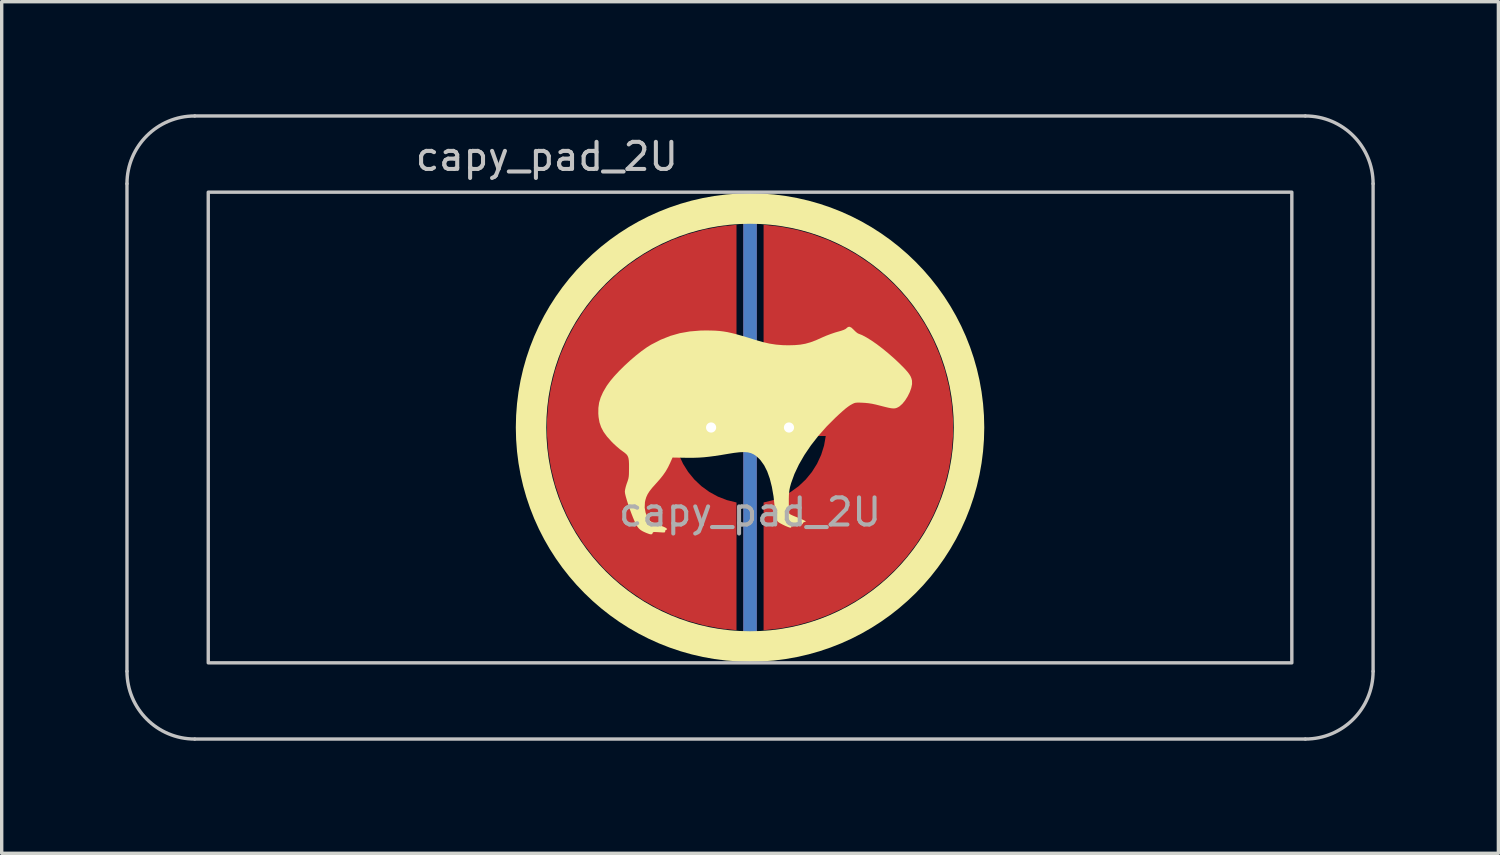
<source format=kicad_pcb>
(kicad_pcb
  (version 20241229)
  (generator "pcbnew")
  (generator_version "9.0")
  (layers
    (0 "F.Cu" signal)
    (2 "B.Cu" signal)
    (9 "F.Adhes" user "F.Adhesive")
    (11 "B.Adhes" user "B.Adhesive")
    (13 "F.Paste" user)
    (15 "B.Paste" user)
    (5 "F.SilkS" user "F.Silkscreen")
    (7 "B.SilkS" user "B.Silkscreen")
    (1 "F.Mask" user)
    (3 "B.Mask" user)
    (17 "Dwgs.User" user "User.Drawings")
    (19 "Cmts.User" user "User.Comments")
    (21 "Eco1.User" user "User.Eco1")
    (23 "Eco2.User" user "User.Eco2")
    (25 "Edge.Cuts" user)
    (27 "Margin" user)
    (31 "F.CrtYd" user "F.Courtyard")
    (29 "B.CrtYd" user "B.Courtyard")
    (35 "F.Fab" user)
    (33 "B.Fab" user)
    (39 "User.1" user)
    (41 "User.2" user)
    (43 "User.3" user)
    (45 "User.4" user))
  (footprint "capy_pad_2U"
    (layer "F.Cu")
    (at 19.1 9.575)
    (property "Reference" "capy_pad_2U" (at -6 -8 0) (layer "Dwgs.User") (effects (font (size 0.8 0.8) (thickness 0.12))))
    (attr exclude_from_pos_files exclude_from_bom)
    (fp_circle (center 0 0) (end -6.467 0) (stroke (width 0.9) (type solid)) (fill no) (layer "F.SilkS"))
    (fp_poly (pts (xy 2.994 -2.949) (xy 3.059 -2.889) (xy 3.064 -2.883) (xy 3.117 -2.831) (xy 3.167 -2.79) (xy 3.2 -2.772) (xy 3.309 -2.729) (xy 3.439 -2.66) (xy 3.587 -2.568) (xy 3.747 -2.457) (xy 3.916 -2.328) (xy 4.09 -2.185) (xy 4.264 -2.032) (xy 4.334 -1.967) (xy 4.462 -1.843) (xy 4.564 -1.74) (xy 4.642 -1.653) (xy 4.7 -1.578) (xy 4.741 -1.511) (xy 4.767 -1.447) (xy 4.783 -1.383) (xy 4.785 -1.283) (xy 4.761 -1.167) (xy 4.716 -1.042) (xy 4.654 -0.917) (xy 4.58 -0.8) (xy 4.498 -0.699) (xy 4.412 -0.623) (xy 4.37 -0.598) (xy 4.327 -0.578) (xy 4.282 -0.566) (xy 4.231 -0.563) (xy 4.167 -0.569) (xy 4.083 -0.585) (xy 3.974 -0.611) (xy 3.861 -0.64) (xy 3.72 -0.676) (xy 3.604 -0.701) (xy 3.5 -0.717) (xy 3.398 -0.727) (xy 3.334 -0.731) (xy 3.237 -0.735) (xy 3.169 -0.735) (xy 3.119 -0.731) (xy 3.079 -0.721) (xy 3.039 -0.703) (xy 3.016 -0.691) (xy 2.955 -0.657) (xy 2.891 -0.613) (xy 2.818 -0.557) (xy 2.733 -0.484) (xy 2.63 -0.391) (xy 2.528 -0.296) (xy 2.261 -0.029) (xy 2.016 0.248) (xy 1.797 0.529) (xy 1.605 0.812) (xy 1.442 1.095) (xy 1.311 1.372) (xy 1.213 1.643) (xy 1.182 1.754) (xy 1.166 1.829) (xy 1.155 1.907) (xy 1.148 1.998) (xy 1.145 2.112) (xy 1.145 2.213) (xy 1.146 2.32) (xy 1.148 2.415) (xy 1.153 2.489) (xy 1.158 2.535) (xy 1.161 2.545) (xy 1.185 2.563) (xy 1.236 2.589) (xy 1.306 2.619) (xy 1.349 2.636) (xy 1.433 2.67) (xy 1.511 2.702) (xy 1.571 2.729) (xy 1.588 2.738) (xy 1.654 2.773) (xy 1.6 2.793) (xy 1.564 2.815) (xy 1.556 2.839) (xy 1.547 2.857) (xy 1.504 2.867) (xy 1.433 2.867) (xy 1.336 2.858) (xy 1.293 2.852) (xy 1.246 2.847) (xy 1.226 2.856) (xy 1.221 2.888) (xy 1.221 2.904) (xy 1.218 2.946) (xy 1.202 2.959) (xy 1.168 2.954) (xy 1.114 2.935) (xy 1.042 2.905) (xy 0.965 2.868) (xy 0.895 2.831) (xy 0.844 2.8) (xy 0.83 2.789) (xy 0.805 2.762) (xy 0.786 2.727) (xy 0.77 2.679) (xy 0.757 2.612) (xy 0.745 2.519) (xy 0.733 2.395) (xy 0.729 2.353) (xy 0.694 2.035) (xy 0.645 1.754) (xy 0.583 1.508) (xy 0.507 1.295) (xy 0.417 1.117) (xy 0.312 0.97) (xy 0.271 0.925) (xy 0.192 0.852) (xy 0.113 0.796) (xy 0.028 0.757) (xy -0.068 0.733) (xy -0.18 0.725) (xy -0.314 0.731) (xy -0.475 0.75) (xy -0.633 0.775) (xy -0.853 0.812) (xy -1.044 0.841) (xy -1.212 0.863) (xy -1.364 0.879) (xy -1.51 0.889) (xy -1.655 0.894) (xy -1.808 0.895) (xy -1.902 0.894) (xy -2.289 0.887) (xy -2.36 1.047) (xy -2.423 1.177) (xy -2.49 1.294) (xy -2.568 1.407) (xy -2.663 1.526) (xy -2.781 1.659) (xy -2.789 1.668) (xy -2.892 1.783) (xy -2.969 1.882) (xy -3.025 1.97) (xy -3.065 2.057) (xy -3.092 2.148) (xy -3.104 2.21) (xy -3.112 2.368) (xy -3.083 2.522) (xy -3.017 2.667) (xy -3.017 2.667) (xy -2.988 2.714) (xy -2.961 2.748) (xy -2.93 2.774) (xy -2.884 2.799) (xy -2.818 2.827) (xy -2.743 2.856) (xy -2.656 2.89) (xy -2.578 2.921) (xy -2.52 2.946) (xy -2.492 2.96) (xy -2.457 2.987) (xy -2.451 3.01) (xy -2.474 3.021) (xy -2.477 3.021) (xy -2.501 3.038) (xy -2.506 3.064) (xy -2.508 3.083) (xy -2.518 3.095) (xy -2.543 3.1) (xy -2.592 3.099) (xy -2.67 3.094) (xy -2.686 3.093) (xy -2.771 3.088) (xy -2.824 3.086) (xy -2.855 3.091) (xy -2.87 3.101) (xy -2.877 3.12) (xy -2.892 3.148) (xy -2.924 3.156) (xy -2.977 3.146) (xy -3.057 3.116) (xy -3.068 3.112) (xy -3.162 3.069) (xy -3.229 3.029) (xy -3.281 2.984) (xy -3.328 2.926) (xy -3.332 2.92) (xy -3.367 2.861) (xy -3.409 2.772) (xy -3.455 2.663) (xy -3.504 2.538) (xy -3.552 2.407) (xy -3.598 2.276) (xy -3.637 2.151) (xy -3.669 2.041) (xy -3.69 1.953) (xy -3.697 1.893) (xy -3.697 1.892) (xy -3.69 1.835) (xy -3.672 1.756) (xy -3.646 1.67) (xy -3.636 1.643) (xy -3.611 1.572) (xy -3.594 1.514) (xy -3.583 1.457) (xy -3.577 1.391) (xy -3.575 1.305) (xy -3.574 1.211) (xy -3.574 1.078) (xy -3.579 0.977) (xy -3.591 0.901) (xy -3.613 0.843) (xy -3.647 0.795) (xy -3.697 0.75) (xy -3.765 0.7) (xy -3.771 0.696) (xy -3.846 0.64) (xy -3.934 0.565) (xy -4.024 0.483) (xy -4.091 0.416) (xy -4.224 0.268) (xy -4.325 0.129) (xy -4.397 -0.008) (xy -4.446 -0.151) (xy -4.473 -0.306) (xy -4.481 -0.412) (xy -4.479 -0.579) (xy -4.457 -0.734) (xy -4.412 -0.885) (xy -4.342 -1.042) (xy -4.244 -1.211) (xy -4.221 -1.246) (xy -4.127 -1.375) (xy -4.006 -1.519) (xy -3.864 -1.671) (xy -3.706 -1.827) (xy -3.54 -1.98) (xy -3.37 -2.125) (xy -3.204 -2.256) (xy -3.046 -2.369) (xy -2.92 -2.447) (xy -2.638 -2.592) (xy -2.359 -2.704) (xy -2.075 -2.785) (xy -1.78 -2.837) (xy -1.465 -2.863) (xy -1.296 -2.866) (xy -1.154 -2.864) (xy -1.026 -2.86) (xy -0.906 -2.851) (xy -0.789 -2.837) (xy -0.669 -2.817) (xy -0.54 -2.789) (xy -0.396 -2.752) (xy -0.233 -2.706) (xy -0.043 -2.649) (xy 0.146 -2.59) (xy 0.37 -2.525) (xy 0.573 -2.478) (xy 0.767 -2.448) (xy 0.963 -2.432) (xy 1.13 -2.428) (xy 1.318 -2.433) (xy 1.483 -2.447) (xy 1.635 -2.474) (xy 1.784 -2.516) (xy 1.943 -2.575) (xy 2.121 -2.655) (xy 2.136 -2.662) (xy 2.25 -2.711) (xy 2.382 -2.761) (xy 2.511 -2.805) (xy 2.577 -2.824) (xy 2.689 -2.856) (xy 2.769 -2.884) (xy 2.822 -2.91) (xy 2.848 -2.932) (xy 2.894 -2.969) (xy 2.941 -2.975)) (stroke (width 0) (type solid)) (fill yes) (layer "F.SilkS"))
    (fp_line (start -18.4 7.2) (end -18.4 -7.2) (stroke (width 0.1) (type default)) (layer "Dwgs.User"))
    (fp_line (start -16.4 -9.2) (end 16.4 -9.2) (stroke (width 0.1) (type default)) (layer "Dwgs.User"))
    (fp_line (start 16.4 9.2) (end -16.4 9.2) (stroke (width 0.1) (type default)) (layer "Dwgs.User"))
    (fp_line (start 18.4 -7.2) (end 18.4 7.2) (stroke (width 0.1) (type default)) (layer "Dwgs.User"))
    (fp_rect (start -16 -6.95) (end 16 6.95) (stroke (width 0.1) (type default)) (fill no) (layer "Dwgs.User"))
    (fp_arc (start -18.4 -7.2) (mid -17.814214 -8.614214) (end -16.4 -9.2) (stroke (width 0.1) (type default)) (layer "Dwgs.User"))
    (fp_arc (start -16.4 9.2) (mid -17.814214 8.614214) (end -18.4 7.2) (stroke (width 0.1) (type default)) (layer "Dwgs.User"))
    (fp_arc (start 16.4 -9.2) (mid 17.814214 -8.614214) (end 18.4 -7.2) (stroke (width 0.1) (type default)) (layer "Dwgs.User"))
    (fp_arc (start 18.4 7.2) (mid 17.814214 8.614214) (end 16.4 9.2) (stroke (width 0.1) (type default)) (layer "Dwgs.User"))
    (fp_rect (start -19.05 -9.525) (end 19.05 9.525) (stroke (width 0.1) (type default)) (fill no) (layer "Eco2.User"))
    (fp_text user "${REFERENCE}" (at 0 2.5 180) (layer "F.Fab") (effects (font (size 0.8 0.8) (thickness 0.12))))
    (pad "1" smd custom (at 1 0 180) (size 0.4 0.4) (layers "F.Cu") (options (anchor circle)) (primitives (gr_poly (pts (xy 0.6 -2.214) (xy 0.32 -2.145) (xy 0.052 -2.041) (xy -0.201 -1.903) (xy -0.434 -1.734) (xy -0.644 -1.536) (xy -0.826 -1.314) (xy -0.979 -1.07) (xy -1.1 -0.808) (xy -1.186 -0.534) (xy -1.236 -0.25) (xy 0 -0.25) (xy 0.096 -0.231) (xy 0.177 -0.177) (xy 0.231 -0.096) (xy 0.25 0) (xy 0.231 0.096) (xy 0.177 0.177) (xy 0.096 0.231) (xy 0 0.25) (xy -1.236 0.25) (xy -1.186 0.534) (xy -1.1 0.808) (xy -0.979 1.07) (xy -0.826 1.314) (xy -0.644 1.536) (xy -0.434 1.734) (xy -0.201 1.903) (xy 0.052 2.041) (xy 0.32 2.145) (xy 0.6 2.214) (xy 0.6 5.987) (xy 0.115 5.934) (xy -0.364 5.843) (xy -0.834 5.713) (xy -1.292 5.545) (xy -1.735 5.341) (xy -2.159 5.101) (xy -2.563 4.827) (xy -2.943 4.522) (xy -3.298 4.187) (xy -3.623 3.824) (xy -3.919 3.436) (xy -4.182 3.025) (xy -4.41 2.594) (xy -4.603 2.147) (xy -4.759 1.684) (xy -4.876 1.211) (xy -4.955 0.73) (xy -4.995 0.244) (xy -4.995 -0.244) (xy -4.955 -0.73) (xy -4.876 -1.211) (xy -4.759 -1.684) (xy -4.603 -2.147) (xy -4.41 -2.594) (xy -4.182 -3.025) (xy -3.919 -3.436) (xy -3.623 -3.824) (xy -3.298 -4.187) (xy -2.943 -4.522) (xy -2.563 -4.827) (xy -2.159 -5.101) (xy -1.735 -5.341) (xy -1.292 -5.545) (xy -0.834 -5.713) (xy -0.364 -5.843) (xy 0.115 -5.934) (xy 0.6 -5.987)) (width 0) (fill yes))))
    (pad "1" thru_hole circle (at 1.15 0 270) (size 0.8 0.8) (drill 0.3) (layers "*.Cu"))
    (pad "2" thru_hole circle (at -1.15 0 270) (size 0.8 0.8) (drill 0.3) (layers "*.Cu"))
    (pad "2" smd custom (at -1 0) (size 0.4 0.4) (layers "F.Cu") (options (anchor circle)) (primitives (gr_poly (pts (xy 0.6 -2.214) (xy 0.32 -2.145) (xy 0.052 -2.041) (xy -0.201 -1.903) (xy -0.434 -1.734) (xy -0.644 -1.536) (xy -0.826 -1.314) (xy -0.979 -1.07) (xy -1.1 -0.808) (xy -1.186 -0.534) (xy -1.236 -0.25) (xy 0 -0.25) (xy 0.096 -0.231) (xy 0.177 -0.177) (xy 0.231 -0.096) (xy 0.25 0) (xy 0.231 0.096) (xy 0.177 0.177) (xy 0.096 0.231) (xy 0 0.25) (xy -1.236 0.25) (xy -1.186 0.534) (xy -1.1 0.808) (xy -0.979 1.07) (xy -0.826 1.314) (xy -0.644 1.536) (xy -0.434 1.734) (xy -0.201 1.903) (xy 0.052 2.041) (xy 0.32 2.145) (xy 0.6 2.214) (xy 0.6 5.987) (xy 0.115 5.934) (xy -0.364 5.843) (xy -0.834 5.713) (xy -1.292 5.545) (xy -1.735 5.341) (xy -2.159 5.101) (xy -2.563 4.827) (xy -2.943 4.522) (xy -3.298 4.187) (xy -3.623 3.824) (xy -3.919 3.436) (xy -4.182 3.025) (xy -4.41 2.594) (xy -4.603 2.147) (xy -4.759 1.684) (xy -4.876 1.211) (xy -4.955 0.73) (xy -4.995 0.244) (xy -4.995 -0.244) (xy -4.955 -0.73) (xy -4.876 -1.211) (xy -4.759 -1.684) (xy -4.603 -2.147) (xy -4.41 -2.594) (xy -4.182 -3.025) (xy -3.919 -3.436) (xy -3.623 -3.824) (xy -3.298 -4.187) (xy -2.943 -4.522) (xy -2.563 -4.827) (xy -2.159 -5.101) (xy -1.735 -5.341) (xy -1.292 -5.545) (xy -0.834 -5.713) (xy -0.364 -5.843) (xy 0.115 -5.934) (xy 0.6 -5.987)) (width 0) (fill yes))))
    (pad "3" smd roundrect (at 0 0 180) (size 0.4 12.5) (layers "B.Cu") (roundrect_rratio 0.5))
    (pad "3" smd roundrect (at 0 0 180) (size 0.4 12.75) (layers "F.Cu") (roundrect_rratio 0.5))
    (zone (net_name "") (layer "F.Cu") (hatch edge 0.508) (connect_pads) (min_thickness 0.254) (filled_areas_thickness no) (keepout (tracks allowed) (vias allowed) (pads allowed) (copperpour not_allowed) (footprints allowed)) (placement (enabled no)) (fill) (polygon (pts (xy 19.1 15.825) (xy 18.555 15.801) (xy 18.015 15.73) (xy 17.482 15.612) (xy 16.962 15.448) (xy 16.459 15.239) (xy 15.975 14.988) (xy 15.515 14.695) (xy 15.083 14.363) (xy 14.681 13.994) (xy 14.312 13.592) (xy 13.98 13.16) (xy 13.687 12.7) (xy 13.436 12.216) (xy 13.227 11.713) (xy 13.063 11.193) (xy 12.945 10.66) (xy 12.874 10.12) (xy 12.85 9.575) (xy 12.874 9.03) (xy 12.945 8.49) (xy 13.063 7.957) (xy 13.227 7.437) (xy 13.436 6.934) (xy 13.687 6.45) (xy 13.98 5.99) (xy 14.312 5.558) (xy 14.681 5.156) (xy 15.083 4.787) (xy 15.515 4.455) (xy 15.975 4.162) (xy 16.459 3.911) (xy 16.962 3.702) (xy 17.482 3.538) (xy 18.015 3.42) (xy 18.555 3.349) (xy 19.1 3.325) (xy 19.645 3.349) (xy 20.185 3.42) (xy 20.718 3.538) (xy 21.238 3.702) (xy 21.741 3.911) (xy 22.225 4.162) (xy 22.685 4.455) (xy 23.117 4.787) (xy 23.519 5.156) (xy 23.888 5.558) (xy 24.22 5.99) (xy 24.513 6.45) (xy 24.764 6.934) (xy 24.973 7.437) (xy 25.137 7.957) (xy 25.255 8.49) (xy 25.326 9.03) (xy 25.35 9.575) (xy 25.326 10.12) (xy 25.255 10.66) (xy 25.137 11.193) (xy 24.973 11.713) (xy 24.764 12.216) (xy 24.513 12.7) (xy 24.22 13.16) (xy 23.888 13.592) (xy 23.519 13.994) (xy 23.117 14.363) (xy 22.685 14.695) (xy 22.225 14.988) (xy 21.741 15.239) (xy 21.238 15.448) (xy 20.718 15.612) (xy 20.185 15.73) (xy 19.645 15.801))))
    (zone (net_name "") (layer "B.Cu") (hatch edge 0.1) (connect_pads) (min_thickness 0.254) (filled_areas_thickness no) (keepout (tracks allowed) (vias allowed) (pads allowed) (copperpour not_allowed) (footprints allowed)) (placement (enabled no)) (fill) (polygon (pts (xy 19.1 15.575) (xy 18.577 15.552) (xy 18.058 15.484) (xy 17.547 15.371) (xy 17.048 15.213) (xy 16.564 15.013) (xy 16.1 14.771) (xy 15.659 14.49) (xy 15.243 14.171) (xy 14.857 13.818) (xy 14.504 13.432) (xy 14.185 13.016) (xy 13.904 12.575) (xy 13.662 12.111) (xy 13.462 11.627) (xy 13.304 11.128) (xy 13.191 10.617) (xy 13.123 10.098) (xy 13.1 9.575) (xy 13.123 9.052) (xy 13.191 8.533) (xy 13.304 8.022) (xy 13.462 7.523) (xy 13.662 7.039) (xy 13.904 6.575) (xy 14.185 6.134) (xy 14.504 5.718) (xy 14.857 5.332) (xy 15.243 4.979) (xy 15.659 4.66) (xy 16.1 4.379) (xy 16.564 4.137) (xy 17.048 3.937) (xy 17.547 3.779) (xy 18.058 3.666) (xy 18.577 3.598) (xy 19.1 3.575) (xy 19.623 3.598) (xy 20.142 3.666) (xy 20.653 3.779) (xy 21.152 3.937) (xy 21.636 4.137) (xy 22.1 4.379) (xy 22.541 4.66) (xy 22.957 4.979) (xy 23.343 5.332) (xy 23.696 5.718) (xy 24.015 6.134) (xy 24.296 6.575) (xy 24.538 7.039) (xy 24.738 7.523) (xy 24.896 8.022) (xy 25.009 8.533) (xy 25.077 9.052) (xy 25.1 9.575) (xy 25.077 10.098) (xy 25.009 10.617) (xy 24.896 11.128) (xy 24.738 11.627) (xy 24.538 12.111) (xy 24.296 12.575) (xy 24.015 13.016) (xy 23.696 13.432) (xy 23.343 13.818) (xy 22.957 14.171) (xy 22.541 14.49) (xy 22.1 14.771) (xy 21.636 15.013) (xy 21.152 15.213) (xy 20.653 15.371) (xy 20.142 15.484) (xy 19.623 15.552)))))
  (gr_rect
    (start -3 -3)
    (end 41.2 22.15)
    (stroke (width 0.1) (type default))
    (fill no)
    (layer "Edge.Cuts")))
</source>
